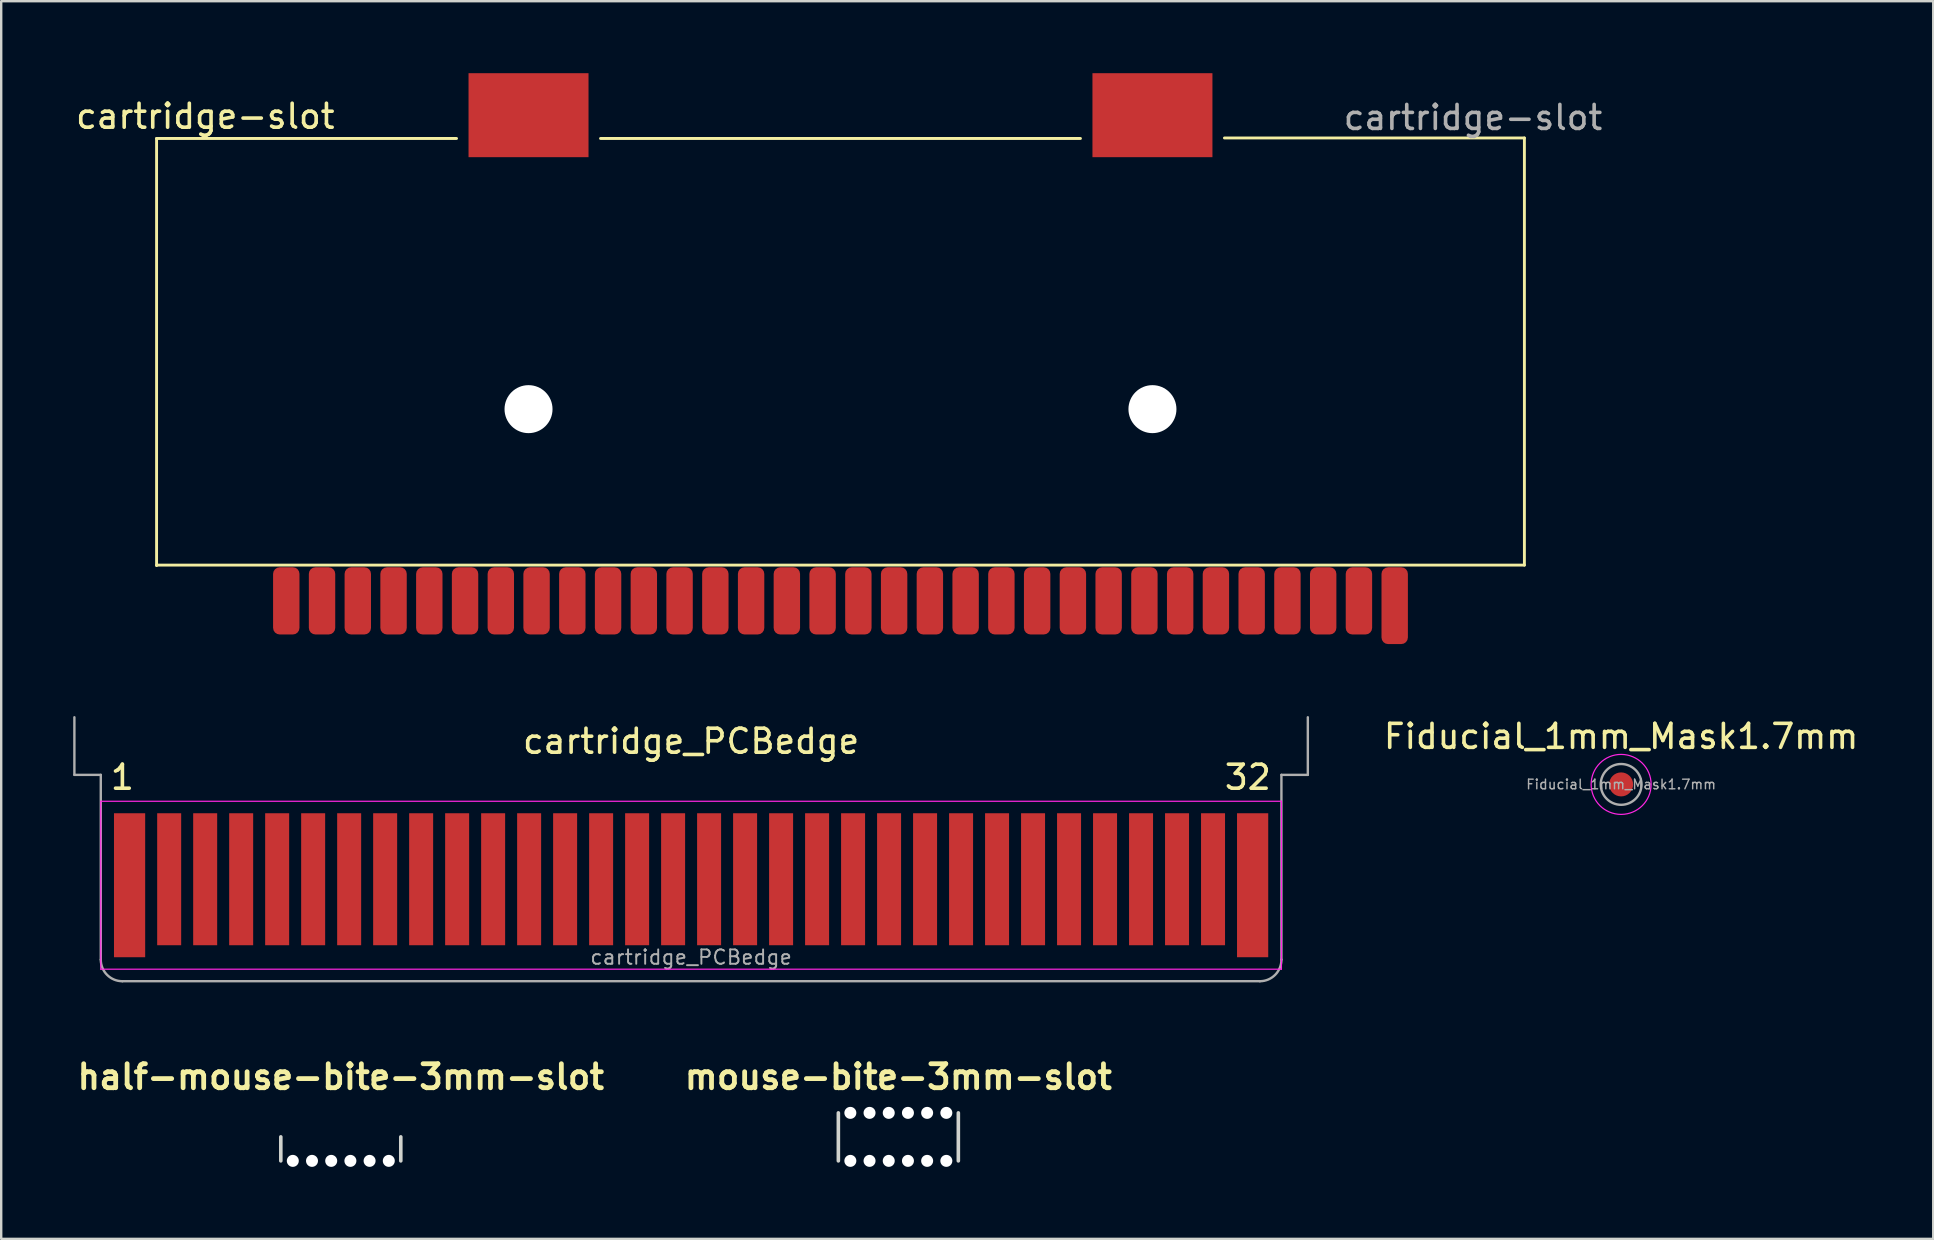
<source format=kicad_pcb>
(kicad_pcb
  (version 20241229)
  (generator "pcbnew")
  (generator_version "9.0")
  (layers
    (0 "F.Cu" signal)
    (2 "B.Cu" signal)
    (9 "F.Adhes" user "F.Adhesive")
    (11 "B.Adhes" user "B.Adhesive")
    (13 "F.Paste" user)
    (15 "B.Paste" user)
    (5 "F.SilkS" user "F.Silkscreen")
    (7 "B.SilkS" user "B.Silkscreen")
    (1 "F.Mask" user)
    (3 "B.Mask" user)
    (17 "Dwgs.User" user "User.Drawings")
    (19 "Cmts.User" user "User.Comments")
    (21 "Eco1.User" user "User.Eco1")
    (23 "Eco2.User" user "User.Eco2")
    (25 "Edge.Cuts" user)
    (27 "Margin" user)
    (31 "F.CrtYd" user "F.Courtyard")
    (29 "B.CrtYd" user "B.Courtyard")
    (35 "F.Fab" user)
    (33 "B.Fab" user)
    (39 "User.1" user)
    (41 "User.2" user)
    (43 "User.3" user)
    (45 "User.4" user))
  (footprint "cartridge-slot"
    (layer "F.Cu")
    (at 31.975 20.5)
    (property "Reference" "cartridge-slot" (at -26.469 -18.704 0) (unlocked yes) (layer "F.SilkS") (effects (font (size 1 1) (thickness 0.15))))
    (attr smd)
    (fp_line (start -28.5 -17.78) (end -16 -17.78) (stroke (width 0.12) (type solid)) (layer "F.SilkS"))
    (fp_line (start -28.5 0) (end 28.5 0) (stroke (width 0.12) (type solid)) (layer "F.SilkS"))
    (fp_line (start -28.5 0.02) (end -28.5 -17.78) (stroke (width 0.12) (type solid)) (layer "F.SilkS"))
    (fp_line (start -10 -17.78) (end 10 -17.78) (stroke (width 0.12) (type solid)) (layer "F.SilkS"))
    (fp_line (start 16 -17.8) (end 28.5 -17.8) (stroke (width 0.12) (type solid)) (layer "F.SilkS"))
    (fp_line (start 28.5 0) (end 28.5 -17.8) (stroke (width 0.12) (type solid)) (layer "F.SilkS"))
    (fp_text user "${REFERENCE}" (at 26.359 -18.654 0) (unlocked yes) (layer "F.Fab") (effects (font (size 1 1) (thickness 0.15))))
    (pad "" smd rect (at -13 -18.75) (size 5 3.5) (layers "F.Cu" "F.Mask" "F.Paste"))
    (pad "" np_thru_hole circle (at -13 -6.5) (size 2 2) (drill 2) (layers "*.Cu" "*.Mask"))
    (pad "" smd rect (at 13 -18.75) (size 5 3.5) (layers "F.Cu" "F.Mask" "F.Paste"))
    (pad "" np_thru_hole circle (at 13 -6.5) (size 2 2) (drill 2) (layers "*.Cu" "*.Mask"))
    (pad "1" smd roundrect (at -23.095 1.49) (size 1.1 2.8) (layers "F.Cu" "F.Mask" "F.Paste") (roundrect_rratio 0.25))
    (pad "2" smd roundrect (at -21.605 1.49) (size 1.1 2.8) (layers "F.Cu" "F.Mask" "F.Paste") (roundrect_rratio 0.25))
    (pad "3" smd roundrect (at -20.115 1.49) (size 1.1 2.8) (layers "F.Cu" "F.Mask" "F.Paste") (roundrect_rratio 0.25))
    (pad "4" smd roundrect (at -18.625 1.49) (size 1.1 2.8) (layers "F.Cu" "F.Mask" "F.Paste") (roundrect_rratio 0.25))
    (pad "5" smd roundrect (at -17.135 1.49) (size 1.1 2.8) (layers "F.Cu" "F.Mask" "F.Paste") (roundrect_rratio 0.25))
    (pad "6" smd roundrect (at -15.645 1.49) (size 1.1 2.8) (layers "F.Cu" "F.Mask" "F.Paste") (roundrect_rratio 0.25))
    (pad "7" smd roundrect (at -14.155 1.49) (size 1.1 2.8) (layers "F.Cu" "F.Mask" "F.Paste") (roundrect_rratio 0.25))
    (pad "8" smd roundrect (at -12.665 1.49) (size 1.1 2.8) (layers "F.Cu" "F.Mask" "F.Paste") (roundrect_rratio 0.25))
    (pad "9" smd roundrect (at -11.175 1.49) (size 1.1 2.8) (layers "F.Cu" "F.Mask" "F.Paste") (roundrect_rratio 0.25))
    (pad "10" smd roundrect (at -9.685 1.49) (size 1.1 2.8) (layers "F.Cu" "F.Mask" "F.Paste") (roundrect_rratio 0.25))
    (pad "11" smd roundrect (at -8.195 1.49) (size 1.1 2.8) (layers "F.Cu" "F.Mask" "F.Paste") (roundrect_rratio 0.25))
    (pad "12" smd roundrect (at -6.705 1.49) (size 1.1 2.8) (layers "F.Cu" "F.Mask" "F.Paste") (roundrect_rratio 0.25))
    (pad "13" smd roundrect (at -5.215 1.49) (size 1.1 2.8) (layers "F.Cu" "F.Mask" "F.Paste") (roundrect_rratio 0.25))
    (pad "14" smd roundrect (at -3.725 1.49) (size 1.1 2.8) (layers "F.Cu" "F.Mask" "F.Paste") (roundrect_rratio 0.25))
    (pad "15" smd roundrect (at -2.235 1.49) (size 1.1 2.8) (layers "F.Cu" "F.Mask" "F.Paste") (roundrect_rratio 0.25))
    (pad "16" smd roundrect (at -0.745 1.49) (size 1.1 2.8) (layers "F.Cu" "F.Mask" "F.Paste") (roundrect_rratio 0.25))
    (pad "17" smd roundrect (at 0.745 1.49) (size 1.1 2.8) (layers "F.Cu" "F.Mask" "F.Paste") (roundrect_rratio 0.25))
    (pad "18" smd roundrect (at 2.235 1.49) (size 1.1 2.8) (layers "F.Cu" "F.Mask" "F.Paste") (roundrect_rratio 0.25))
    (pad "19" smd roundrect (at 3.725 1.49) (size 1.1 2.8) (layers "F.Cu" "F.Mask" "F.Paste") (roundrect_rratio 0.25))
    (pad "20" smd roundrect (at 5.215 1.49) (size 1.1 2.8) (layers "F.Cu" "F.Mask" "F.Paste") (roundrect_rratio 0.25))
    (pad "21" smd roundrect (at 6.705 1.49) (size 1.1 2.8) (layers "F.Cu" "F.Mask" "F.Paste") (roundrect_rratio 0.25))
    (pad "22" smd roundrect (at 8.195 1.49) (size 1.1 2.8) (layers "F.Cu" "F.Mask" "F.Paste") (roundrect_rratio 0.25))
    (pad "23" smd roundrect (at 9.685 1.49) (size 1.1 2.8) (layers "F.Cu" "F.Mask" "F.Paste") (roundrect_rratio 0.25))
    (pad "24" smd roundrect (at 11.175 1.49) (size 1.1 2.8) (layers "F.Cu" "F.Mask" "F.Paste") (roundrect_rratio 0.25))
    (pad "25" smd roundrect (at 12.665 1.49) (size 1.1 2.8) (layers "F.Cu" "F.Mask" "F.Paste") (roundrect_rratio 0.25))
    (pad "26" smd roundrect (at 14.155 1.49) (size 1.1 2.8) (layers "F.Cu" "F.Mask" "F.Paste") (roundrect_rratio 0.25))
    (pad "27" smd roundrect (at 15.645 1.49) (size 1.1 2.8) (layers "F.Cu" "F.Mask" "F.Paste") (roundrect_rratio 0.25))
    (pad "28" smd roundrect (at 17.135 1.49) (size 1.1 2.8) (layers "F.Cu" "F.Mask" "F.Paste") (roundrect_rratio 0.25))
    (pad "29" smd roundrect (at 18.625 1.49) (size 1.1 2.8) (layers "F.Cu" "F.Mask" "F.Paste") (roundrect_rratio 0.25))
    (pad "30" smd roundrect (at 20.115 1.49) (size 1.1 2.8) (layers "F.Cu" "F.Mask" "F.Paste") (roundrect_rratio 0.25))
    (pad "31" smd roundrect (at 21.605 1.49) (size 1.1 2.8) (layers "F.Cu" "F.Mask" "F.Paste") (roundrect_rratio 0.25))
    (pad "32" smd roundrect (at 23.095 1.69) (size 1.1 3.2) (layers "F.Cu" "F.Mask" "F.Paste") (roundrect_rratio 0.25)))
  (footprint "Fiducial_1mm_Mask1.7mm"
    (layer "F.Cu")
    (at 64.506 29.638)
    (property "Reference" "Fiducial_1mm_Mask1.7mm" (at 0 -2 0) (layer "F.SilkS") (effects (font (size 1 1) (thickness 0.15))))
    (attr smd)
    (fp_circle (center 0 0) (end 1.25 0) (stroke (width 0.05) (type solid)) (fill no) (layer "F.CrtYd"))
    (fp_circle (center 0 0) (end 0.85 0) (stroke (width 0.1) (type solid)) (fill no) (layer "F.Fab"))
    (fp_text user "${REFERENCE}" (at 0 0 0) (layer "F.Fab") (effects (font (size 0.4 0.4) (thickness 0.06))))
    (pad "" smd circle (at 0 0) (size 1 1) (layers "F.Cu" "F.Mask")))
  (footprint "cartridge_PCBedge"
    (layer "F.Cu")
    (at 25.75 33.84)
    (property "Reference" "cartridge_PCBedge" (at 0 -6 0) (layer "F.SilkS") (effects (font (size 1 1) (thickness 0.15))))
    (attr exclude_from_pos_files exclude_from_bom)
    (fp_line (start -24.6 -3.5) (end 24.6 -3.5) (stroke (width 0.05) (type solid)) (layer "F.CrtYd"))
    (fp_line (start -24.6 3.5) (end -24.6 -3.5) (stroke (width 0.05) (type solid)) (layer "F.CrtYd"))
    (fp_line (start 24.6 -3.5) (end 24.6 3.5) (stroke (width 0.05) (type solid)) (layer "F.CrtYd"))
    (fp_line (start 24.6 3.5) (end -24.6 3.5) (stroke (width 0.05) (type solid)) (layer "F.CrtYd"))
    (fp_line (start -25.7 -4.6) (end -25.7 -7) (stroke (width 0.1) (type solid)) (layer "F.Fab"))
    (fp_line (start -24.6 -4.6) (end -25.7 -4.6) (stroke (width 0.1) (type solid)) (layer "F.Fab"))
    (fp_line (start -24.6 3.1) (end -24.6 -4.6) (stroke (width 0.1) (type solid)) (layer "F.Fab"))
    (fp_line (start -23.7 4) (end 23.7 4) (stroke (width 0.1) (type solid)) (layer "F.Fab"))
    (fp_line (start 24.6 -4.6) (end 25.7 -4.6) (stroke (width 0.1) (type solid)) (layer "F.Fab"))
    (fp_line (start 24.6 3.1) (end 24.6 -4.6) (stroke (width 0.1) (type solid)) (layer "F.Fab"))
    (fp_line (start 25.7 -4.6) (end 25.7 -7) (stroke (width 0.1) (type solid)) (layer "F.Fab"))
    (fp_arc (start -23.7 4) (mid -24.336396 3.736396) (end -24.6 3.1) (stroke (width 0.1) (type solid)) (layer "F.Fab"))
    (fp_arc (start 24.6 3.1) (mid 24.336396 3.736396) (end 23.7 4) (stroke (width 0.1) (type solid)) (layer "F.Fab"))
    (fp_text user "1" (at -23.7 -4.5 0) (layer "F.SilkS") (effects (font (size 1 1) (thickness 0.15))))
    (fp_text user "32" (at 23.2 -4.5 0) (layer "F.SilkS") (effects (font (size 1 1) (thickness 0.15))))
    (fp_text user "${REFERENCE}" (at 0 3 0) (layer "F.Fab") (effects (font (size 0.6 0.6) (thickness 0.08))))
    (pad "1" connect rect (at -23.4 0 90) (size 6 1.3) (layers "F.Cu" "F.Mask"))
    (pad "2" connect rect (at -21.75 -0.25 90) (size 5.5 1) (layers "F.Cu" "F.Mask"))
    (pad "3" connect rect (at -20.25 -0.25 90) (size 5.5 1) (layers "F.Cu" "F.Mask"))
    (pad "4" connect rect (at -18.75 -0.25 90) (size 5.5 1) (layers "F.Cu" "F.Mask"))
    (pad "5" connect rect (at -17.25 -0.25 90) (size 5.5 1) (layers "F.Cu" "F.Mask"))
    (pad "6" connect rect (at -15.75 -0.25 90) (size 5.5 1) (layers "F.Cu" "F.Mask"))
    (pad "7" connect rect (at -14.25 -0.25 90) (size 5.5 1) (layers "F.Cu" "F.Mask"))
    (pad "8" connect rect (at -12.75 -0.25 90) (size 5.5 1) (layers "F.Cu" "F.Mask"))
    (pad "9" connect rect (at -11.25 -0.25 90) (size 5.5 1) (layers "F.Cu" "F.Mask"))
    (pad "10" connect rect (at -9.75 -0.25 90) (size 5.5 1) (layers "F.Cu" "F.Mask"))
    (pad "11" connect rect (at -8.25 -0.25 90) (size 5.5 1) (layers "F.Cu" "F.Mask"))
    (pad "12" connect rect (at -6.75 -0.25 90) (size 5.5 1) (layers "F.Cu" "F.Mask"))
    (pad "13" connect rect (at -5.25 -0.25 90) (size 5.5 1) (layers "F.Cu" "F.Mask"))
    (pad "14" connect rect (at -3.75 -0.25 90) (size 5.5 1) (layers "F.Cu" "F.Mask"))
    (pad "15" connect rect (at -2.25 -0.25 90) (size 5.5 1) (layers "F.Cu" "F.Mask"))
    (pad "16" connect rect (at -0.75 -0.25 90) (size 5.5 1) (layers "F.Cu" "F.Mask"))
    (pad "17" connect rect (at 0.75 -0.25 90) (size 5.5 1) (layers "F.Cu" "F.Mask"))
    (pad "18" connect rect (at 2.25 -0.25 90) (size 5.5 1) (layers "F.Cu" "F.Mask"))
    (pad "19" connect rect (at 3.75 -0.25 90) (size 5.5 1) (layers "F.Cu" "F.Mask"))
    (pad "20" connect rect (at 5.25 -0.25 90) (size 5.5 1) (layers "F.Cu" "F.Mask"))
    (pad "21" connect rect (at 6.75 -0.25 90) (size 5.5 1) (layers "F.Cu" "F.Mask"))
    (pad "22" connect rect (at 8.25 -0.25 90) (size 5.5 1) (layers "F.Cu" "F.Mask"))
    (pad "23" connect rect (at 9.75 -0.25 90) (size 5.5 1) (layers "F.Cu" "F.Mask"))
    (pad "24" connect rect (at 11.25 -0.25 90) (size 5.5 1) (layers "F.Cu" "F.Mask"))
    (pad "25" connect rect (at 12.75 -0.25 90) (size 5.5 1) (layers "F.Cu" "F.Mask"))
    (pad "26" connect rect (at 14.25 -0.25 90) (size 5.5 1) (layers "F.Cu" "F.Mask"))
    (pad "27" connect rect (at 15.75 -0.25 90) (size 5.5 1) (layers "F.Cu" "F.Mask"))
    (pad "28" connect rect (at 17.25 -0.25 90) (size 5.5 1) (layers "F.Cu" "F.Mask"))
    (pad "29" connect rect (at 18.75 -0.25 90) (size 5.5 1) (layers "F.Cu" "F.Mask"))
    (pad "30" connect rect (at 20.25 -0.25 90) (size 5.5 1) (layers "F.Cu" "F.Mask"))
    (pad "31" connect rect (at 21.75 -0.25 90) (size 5.5 1) (layers "F.Cu" "F.Mask"))
    (pad "32" connect rect (at 23.4 0 90) (size 6 1.3) (layers "F.Cu" "F.Mask")))
  (footprint "half-mouse-bite-3mm-slot"
    (layer "F.Cu")
    (at 11.152 44.326)
    (property "Reference" "half-mouse-bite-3mm-slot" (at 0 -2.5 180) (layer "F.SilkS") (effects (font (size 1 1) (thickness 0.2))))
    (attr through_hole)
    (fp_line (start -2.5 1) (end -2.5 0.000001) (stroke (width 0.15) (type solid)) (layer "Edge.Cuts"))
    (fp_line (start 2.5 1) (end 2.5 0.000001) (stroke (width 0.15) (type solid)) (layer "Edge.Cuts"))
    (pad "" np_thru_hole circle (at -2 1) (size 0.5 0.5) (drill 0.5) (layers "*.Cu" "*.Mask"))
    (pad "" np_thru_hole circle (at -1.2 1) (size 0.5 0.5) (drill 0.5) (layers "*.Cu" "*.Mask"))
    (pad "" np_thru_hole circle (at -0.4 1) (size 0.5 0.5) (drill 0.5) (layers "*.Cu" "*.Mask"))
    (pad "" np_thru_hole circle (at 0.4 1) (size 0.5 0.5) (drill 0.5) (layers "*.Cu" "*.Mask"))
    (pad "" np_thru_hole circle (at 1.2 1) (size 0.5 0.5) (drill 0.5) (layers "*.Cu" "*.Mask"))
    (pad "" np_thru_hole circle (at 2 1) (size 0.5 0.5) (drill 0.5) (layers "*.Cu" "*.Mask")))
  (footprint "mouse-bite-3mm-slot"
    (layer "F.Cu")
    (at 34.386 44.326)
    (property "Reference" "mouse-bite-3mm-slot" (at 0 -2.5 0) (layer "F.SilkS") (effects (font (size 1 1) (thickness 0.2))))
    (attr through_hole)
    (fp_line (start -2.5 1) (end -2.5 -1) (stroke (width 0.15) (type solid)) (layer "Edge.Cuts"))
    (fp_line (start 2.5 1) (end 2.5 -1) (stroke (width 0.15) (type solid)) (layer "Edge.Cuts"))
    (pad "" np_thru_hole circle (at -2 -1) (size 0.5 0.5) (drill 0.5) (layers "*.Cu" "*.Mask"))
    (pad "" np_thru_hole circle (at -2 1) (size 0.5 0.5) (drill 0.5) (layers "*.Cu" "*.Mask"))
    (pad "" np_thru_hole circle (at -1.2 -1) (size 0.5 0.5) (drill 0.5) (layers "*.Cu" "*.Mask"))
    (pad "" np_thru_hole circle (at -1.2 1) (size 0.5 0.5) (drill 0.5) (layers "*.Cu" "*.Mask"))
    (pad "" np_thru_hole circle (at -0.4 -1) (size 0.5 0.5) (drill 0.5) (layers "*.Cu" "*.Mask"))
    (pad "" np_thru_hole circle (at -0.4 1) (size 0.5 0.5) (drill 0.5) (layers "*.Cu" "*.Mask"))
    (pad "" np_thru_hole circle (at 0.4 -1) (size 0.5 0.5) (drill 0.5) (layers "*.Cu" "*.Mask"))
    (pad "" np_thru_hole circle (at 0.4 1) (size 0.5 0.5) (drill 0.5) (layers "*.Cu" "*.Mask"))
    (pad "" np_thru_hole circle (at 1.2 -1) (size 0.5 0.5) (drill 0.5) (layers "*.Cu" "*.Mask"))
    (pad "" np_thru_hole circle (at 1.2 1) (size 0.5 0.5) (drill 0.5) (layers "*.Cu" "*.Mask"))
    (pad "" np_thru_hole circle (at 2 -1) (size 0.5 0.5) (drill 0.5) (layers "*.Cu" "*.Mask"))
    (pad "" np_thru_hole circle (at 2 1) (size 0.5 0.5) (drill 0.5) (layers "*.Cu" "*.Mask")))
  (gr_rect
    (start -3 -3)
    (end 77.512 48.576)
    (stroke (width 0.1) (type default))
    (fill no)
    (layer "Edge.Cuts")))
</source>
